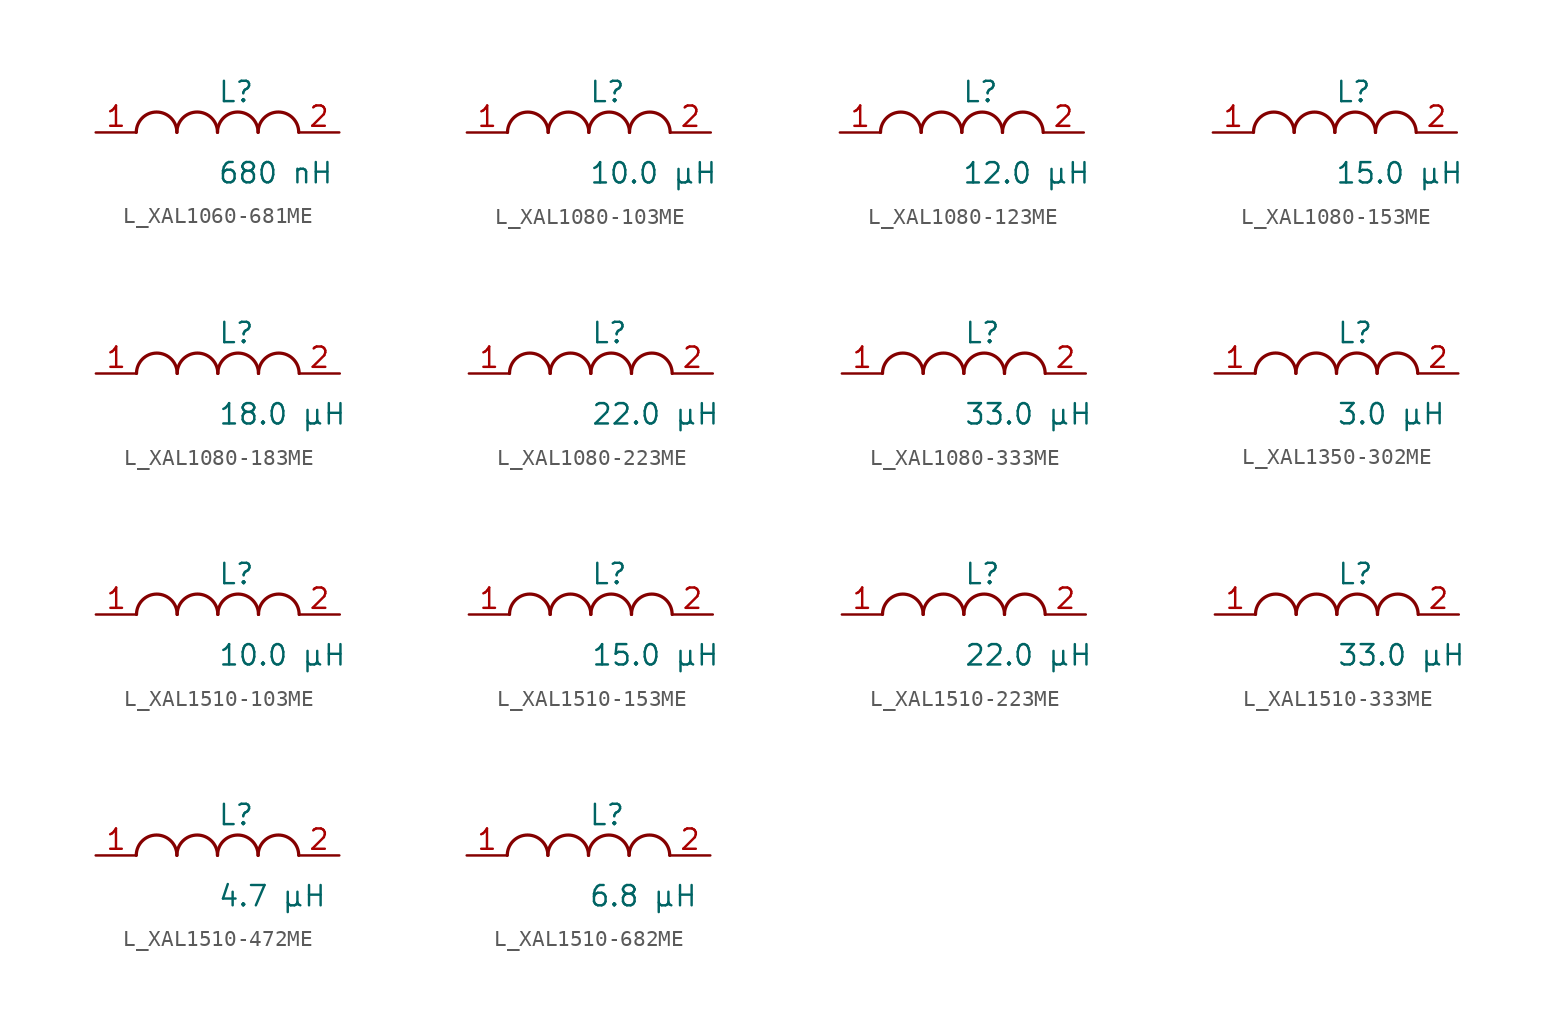
<source format=kicad_sym>
(kicad_symbol_lib
  (version 20231120)
  (generator kicad_symbol_editor)
  (generator_version 8.0)
  (symbol "L_XAL1060-681ME"
    (pin_names
      (offset 0.254))
    (property "Reference" "L"
      (at 0.0 2.54 0)
      (effects (font (size 1.27 1.27)) (justify left)))
    (property "Value" "680 nH"
      (at 0.0 -2.54 0)
      (effects (font (size 1.27 1.27)) (justify left)))
    (symbol "L_XAL1060-681ME_1_1"
      (arc (start -2.54 0.0056) (mid -3.81 1.27) (end -5.08 0.0056) (stroke (width 0.2032) (type default)) (fill (type none)))
      (arc (start 0 0.0056) (mid -1.27 1.27) (end -2.54 0.0056) (stroke (width 0.2032) (type default)) (fill (type none)))
      (arc (start 2.54 0.0056) (mid 1.27 1.27) (end 0 0.0056) (stroke (width 0.2032) (type default)) (fill (type none)))
      (arc (start 5.08 0.0056) (mid 3.81 1.27) (end 2.54 0.0056) (stroke (width 0.2032) (type default)) (fill (type none)))
      (pin unspecified line (at -7.62 0 0) (length 2.54) (name "" (effects (font (size 1.27 1.27)))) (number "1" (effects (font (size 1.27 1.27)))))
      (pin unspecified line (at 7.62 0 180) (length 2.54) (name "" (effects (font (size 1.27 1.27)))) (number "2" (effects (font (size 1.27 1.27)))))))
  (symbol "L_XAL1080-103ME"
    (pin_names
      (offset 0.254))
    (property "Reference" "L"
      (at 0.0 2.54 0)
      (effects (font (size 1.27 1.27)) (justify left)))
    (property "Value" "10.0 µH"
      (at 0.0 -2.54 0)
      (effects (font (size 1.27 1.27)) (justify left)))
    (symbol "L_XAL1080-103ME_1_1"
      (arc (start -2.54 0.0056) (mid -3.81 1.27) (end -5.08 0.0056) (stroke (width 0.2032) (type default)) (fill (type none)))
      (arc (start 0 0.0056) (mid -1.27 1.27) (end -2.54 0.0056) (stroke (width 0.2032) (type default)) (fill (type none)))
      (arc (start 2.54 0.0056) (mid 1.27 1.27) (end 0 0.0056) (stroke (width 0.2032) (type default)) (fill (type none)))
      (arc (start 5.08 0.0056) (mid 3.81 1.27) (end 2.54 0.0056) (stroke (width 0.2032) (type default)) (fill (type none)))
      (pin unspecified line (at -7.62 0 0) (length 2.54) (name "" (effects (font (size 1.27 1.27)))) (number "1" (effects (font (size 1.27 1.27)))))
      (pin unspecified line (at 7.62 0 180) (length 2.54) (name "" (effects (font (size 1.27 1.27)))) (number "2" (effects (font (size 1.27 1.27)))))))
  (symbol "L_XAL1080-123ME"
    (pin_names
      (offset 0.254))
    (property "Reference" "L"
      (at 0.0 2.54 0)
      (effects (font (size 1.27 1.27)) (justify left)))
    (property "Value" "12.0 µH"
      (at 0.0 -2.54 0)
      (effects (font (size 1.27 1.27)) (justify left)))
    (symbol "L_XAL1080-123ME_1_1"
      (arc (start -2.54 0.0056) (mid -3.81 1.27) (end -5.08 0.0056) (stroke (width 0.2032) (type default)) (fill (type none)))
      (arc (start 0 0.0056) (mid -1.27 1.27) (end -2.54 0.0056) (stroke (width 0.2032) (type default)) (fill (type none)))
      (arc (start 2.54 0.0056) (mid 1.27 1.27) (end 0 0.0056) (stroke (width 0.2032) (type default)) (fill (type none)))
      (arc (start 5.08 0.0056) (mid 3.81 1.27) (end 2.54 0.0056) (stroke (width 0.2032) (type default)) (fill (type none)))
      (pin unspecified line (at -7.62 0 0) (length 2.54) (name "" (effects (font (size 1.27 1.27)))) (number "1" (effects (font (size 1.27 1.27)))))
      (pin unspecified line (at 7.62 0 180) (length 2.54) (name "" (effects (font (size 1.27 1.27)))) (number "2" (effects (font (size 1.27 1.27)))))))
  (symbol "L_XAL1080-153ME"
    (pin_names
      (offset 0.254))
    (property "Reference" "L"
      (at 0.0 2.54 0)
      (effects (font (size 1.27 1.27)) (justify left)))
    (property "Value" "15.0 µH"
      (at 0.0 -2.54 0)
      (effects (font (size 1.27 1.27)) (justify left)))
    (symbol "L_XAL1080-153ME_1_1"
      (arc (start -2.54 0.0056) (mid -3.81 1.27) (end -5.08 0.0056) (stroke (width 0.2032) (type default)) (fill (type none)))
      (arc (start 0 0.0056) (mid -1.27 1.27) (end -2.54 0.0056) (stroke (width 0.2032) (type default)) (fill (type none)))
      (arc (start 2.54 0.0056) (mid 1.27 1.27) (end 0 0.0056) (stroke (width 0.2032) (type default)) (fill (type none)))
      (arc (start 5.08 0.0056) (mid 3.81 1.27) (end 2.54 0.0056) (stroke (width 0.2032) (type default)) (fill (type none)))
      (pin unspecified line (at -7.62 0 0) (length 2.54) (name "" (effects (font (size 1.27 1.27)))) (number "1" (effects (font (size 1.27 1.27)))))
      (pin unspecified line (at 7.62 0 180) (length 2.54) (name "" (effects (font (size 1.27 1.27)))) (number "2" (effects (font (size 1.27 1.27)))))))
  (symbol "L_XAL1080-183ME"
    (pin_names
      (offset 0.254))
    (property "Reference" "L"
      (at 0.0 2.54 0)
      (effects (font (size 1.27 1.27)) (justify left)))
    (property "Value" "18.0 µH"
      (at 0.0 -2.54 0)
      (effects (font (size 1.27 1.27)) (justify left)))
    (symbol "L_XAL1080-183ME_1_1"
      (arc (start -2.54 0.0056) (mid -3.81 1.27) (end -5.08 0.0056) (stroke (width 0.2032) (type default)) (fill (type none)))
      (arc (start 0 0.0056) (mid -1.27 1.27) (end -2.54 0.0056) (stroke (width 0.2032) (type default)) (fill (type none)))
      (arc (start 2.54 0.0056) (mid 1.27 1.27) (end 0 0.0056) (stroke (width 0.2032) (type default)) (fill (type none)))
      (arc (start 5.08 0.0056) (mid 3.81 1.27) (end 2.54 0.0056) (stroke (width 0.2032) (type default)) (fill (type none)))
      (pin unspecified line (at -7.62 0 0) (length 2.54) (name "" (effects (font (size 1.27 1.27)))) (number "1" (effects (font (size 1.27 1.27)))))
      (pin unspecified line (at 7.62 0 180) (length 2.54) (name "" (effects (font (size 1.27 1.27)))) (number "2" (effects (font (size 1.27 1.27)))))))
  (symbol "L_XAL1080-223ME"
    (pin_names
      (offset 0.254))
    (property "Reference" "L"
      (at 0.0 2.54 0)
      (effects (font (size 1.27 1.27)) (justify left)))
    (property "Value" "22.0 µH"
      (at 0.0 -2.54 0)
      (effects (font (size 1.27 1.27)) (justify left)))
    (symbol "L_XAL1080-223ME_1_1"
      (arc (start -2.54 0.0056) (mid -3.81 1.27) (end -5.08 0.0056) (stroke (width 0.2032) (type default)) (fill (type none)))
      (arc (start 0 0.0056) (mid -1.27 1.27) (end -2.54 0.0056) (stroke (width 0.2032) (type default)) (fill (type none)))
      (arc (start 2.54 0.0056) (mid 1.27 1.27) (end 0 0.0056) (stroke (width 0.2032) (type default)) (fill (type none)))
      (arc (start 5.08 0.0056) (mid 3.81 1.27) (end 2.54 0.0056) (stroke (width 0.2032) (type default)) (fill (type none)))
      (pin unspecified line (at -7.62 0 0) (length 2.54) (name "" (effects (font (size 1.27 1.27)))) (number "1" (effects (font (size 1.27 1.27)))))
      (pin unspecified line (at 7.62 0 180) (length 2.54) (name "" (effects (font (size 1.27 1.27)))) (number "2" (effects (font (size 1.27 1.27)))))))
  (symbol "L_XAL1080-333ME"
    (pin_names
      (offset 0.254))
    (property "Reference" "L"
      (at 0.0 2.54 0)
      (effects (font (size 1.27 1.27)) (justify left)))
    (property "Value" "33.0 µH"
      (at 0.0 -2.54 0)
      (effects (font (size 1.27 1.27)) (justify left)))
    (symbol "L_XAL1080-333ME_1_1"
      (arc (start -2.54 0.0056) (mid -3.81 1.27) (end -5.08 0.0056) (stroke (width 0.2032) (type default)) (fill (type none)))
      (arc (start 0 0.0056) (mid -1.27 1.27) (end -2.54 0.0056) (stroke (width 0.2032) (type default)) (fill (type none)))
      (arc (start 2.54 0.0056) (mid 1.27 1.27) (end 0 0.0056) (stroke (width 0.2032) (type default)) (fill (type none)))
      (arc (start 5.08 0.0056) (mid 3.81 1.27) (end 2.54 0.0056) (stroke (width 0.2032) (type default)) (fill (type none)))
      (pin unspecified line (at -7.62 0 0) (length 2.54) (name "" (effects (font (size 1.27 1.27)))) (number "1" (effects (font (size 1.27 1.27)))))
      (pin unspecified line (at 7.62 0 180) (length 2.54) (name "" (effects (font (size 1.27 1.27)))) (number "2" (effects (font (size 1.27 1.27)))))))
  (symbol "L_XAL1350-302ME"
    (pin_names
      (offset 0.254))
    (property "Reference" "L"
      (at 0.0 2.54 0)
      (effects (font (size 1.27 1.27)) (justify left)))
    (property "Value" "3.0 µH"
      (at 0.0 -2.54 0)
      (effects (font (size 1.27 1.27)) (justify left)))
    (symbol "L_XAL1350-302ME_1_1"
      (arc (start -2.54 0.0056) (mid -3.81 1.27) (end -5.08 0.0056) (stroke (width 0.2032) (type default)) (fill (type none)))
      (arc (start 0 0.0056) (mid -1.27 1.27) (end -2.54 0.0056) (stroke (width 0.2032) (type default)) (fill (type none)))
      (arc (start 2.54 0.0056) (mid 1.27 1.27) (end 0 0.0056) (stroke (width 0.2032) (type default)) (fill (type none)))
      (arc (start 5.08 0.0056) (mid 3.81 1.27) (end 2.54 0.0056) (stroke (width 0.2032) (type default)) (fill (type none)))
      (pin unspecified line (at -7.62 0 0) (length 2.54) (name "" (effects (font (size 1.27 1.27)))) (number "1" (effects (font (size 1.27 1.27)))))
      (pin unspecified line (at 7.62 0 180) (length 2.54) (name "" (effects (font (size 1.27 1.27)))) (number "2" (effects (font (size 1.27 1.27)))))))
  (symbol "L_XAL1510-103ME"
    (pin_names
      (offset 0.254))
    (property "Reference" "L"
      (at 0.0 2.54 0)
      (effects (font (size 1.27 1.27)) (justify left)))
    (property "Value" "10.0 µH"
      (at 0.0 -2.54 0)
      (effects (font (size 1.27 1.27)) (justify left)))
    (symbol "L_XAL1510-103ME_1_1"
      (arc (start -2.54 0.0056) (mid -3.81 1.27) (end -5.08 0.0056) (stroke (width 0.2032) (type default)) (fill (type none)))
      (arc (start 0 0.0056) (mid -1.27 1.27) (end -2.54 0.0056) (stroke (width 0.2032) (type default)) (fill (type none)))
      (arc (start 2.54 0.0056) (mid 1.27 1.27) (end 0 0.0056) (stroke (width 0.2032) (type default)) (fill (type none)))
      (arc (start 5.08 0.0056) (mid 3.81 1.27) (end 2.54 0.0056) (stroke (width 0.2032) (type default)) (fill (type none)))
      (pin unspecified line (at -7.62 0 0) (length 2.54) (name "" (effects (font (size 1.27 1.27)))) (number "1" (effects (font (size 1.27 1.27)))))
      (pin unspecified line (at 7.62 0 180) (length 2.54) (name "" (effects (font (size 1.27 1.27)))) (number "2" (effects (font (size 1.27 1.27)))))))
  (symbol "L_XAL1510-153ME"
    (pin_names
      (offset 0.254))
    (property "Reference" "L"
      (at 0.0 2.54 0)
      (effects (font (size 1.27 1.27)) (justify left)))
    (property "Value" "15.0 µH"
      (at 0.0 -2.54 0)
      (effects (font (size 1.27 1.27)) (justify left)))
    (symbol "L_XAL1510-153ME_1_1"
      (arc (start -2.54 0.0056) (mid -3.81 1.27) (end -5.08 0.0056) (stroke (width 0.2032) (type default)) (fill (type none)))
      (arc (start 0 0.0056) (mid -1.27 1.27) (end -2.54 0.0056) (stroke (width 0.2032) (type default)) (fill (type none)))
      (arc (start 2.54 0.0056) (mid 1.27 1.27) (end 0 0.0056) (stroke (width 0.2032) (type default)) (fill (type none)))
      (arc (start 5.08 0.0056) (mid 3.81 1.27) (end 2.54 0.0056) (stroke (width 0.2032) (type default)) (fill (type none)))
      (pin unspecified line (at -7.62 0 0) (length 2.54) (name "" (effects (font (size 1.27 1.27)))) (number "1" (effects (font (size 1.27 1.27)))))
      (pin unspecified line (at 7.62 0 180) (length 2.54) (name "" (effects (font (size 1.27 1.27)))) (number "2" (effects (font (size 1.27 1.27)))))))
  (symbol "L_XAL1510-223ME"
    (pin_names
      (offset 0.254))
    (property "Reference" "L"
      (at 0.0 2.54 0)
      (effects (font (size 1.27 1.27)) (justify left)))
    (property "Value" "22.0 µH"
      (at 0.0 -2.54 0)
      (effects (font (size 1.27 1.27)) (justify left)))
    (symbol "L_XAL1510-223ME_1_1"
      (arc (start -2.54 0.0056) (mid -3.81 1.27) (end -5.08 0.0056) (stroke (width 0.2032) (type default)) (fill (type none)))
      (arc (start 0 0.0056) (mid -1.27 1.27) (end -2.54 0.0056) (stroke (width 0.2032) (type default)) (fill (type none)))
      (arc (start 2.54 0.0056) (mid 1.27 1.27) (end 0 0.0056) (stroke (width 0.2032) (type default)) (fill (type none)))
      (arc (start 5.08 0.0056) (mid 3.81 1.27) (end 2.54 0.0056) (stroke (width 0.2032) (type default)) (fill (type none)))
      (pin unspecified line (at -7.62 0 0) (length 2.54) (name "" (effects (font (size 1.27 1.27)))) (number "1" (effects (font (size 1.27 1.27)))))
      (pin unspecified line (at 7.62 0 180) (length 2.54) (name "" (effects (font (size 1.27 1.27)))) (number "2" (effects (font (size 1.27 1.27)))))))
  (symbol "L_XAL1510-333ME"
    (pin_names
      (offset 0.254))
    (property "Reference" "L"
      (at 0.0 2.54 0)
      (effects (font (size 1.27 1.27)) (justify left)))
    (property "Value" "33.0 µH"
      (at 0.0 -2.54 0)
      (effects (font (size 1.27 1.27)) (justify left)))
    (symbol "L_XAL1510-333ME_1_1"
      (arc (start -2.54 0.0056) (mid -3.81 1.27) (end -5.08 0.0056) (stroke (width 0.2032) (type default)) (fill (type none)))
      (arc (start 0 0.0056) (mid -1.27 1.27) (end -2.54 0.0056) (stroke (width 0.2032) (type default)) (fill (type none)))
      (arc (start 2.54 0.0056) (mid 1.27 1.27) (end 0 0.0056) (stroke (width 0.2032) (type default)) (fill (type none)))
      (arc (start 5.08 0.0056) (mid 3.81 1.27) (end 2.54 0.0056) (stroke (width 0.2032) (type default)) (fill (type none)))
      (pin unspecified line (at -7.62 0 0) (length 2.54) (name "" (effects (font (size 1.27 1.27)))) (number "1" (effects (font (size 1.27 1.27)))))
      (pin unspecified line (at 7.62 0 180) (length 2.54) (name "" (effects (font (size 1.27 1.27)))) (number "2" (effects (font (size 1.27 1.27)))))))
  (symbol "L_XAL1510-472ME"
    (pin_names
      (offset 0.254))
    (property "Reference" "L"
      (at 0.0 2.54 0)
      (effects (font (size 1.27 1.27)) (justify left)))
    (property "Value" "4.7 µH"
      (at 0.0 -2.54 0)
      (effects (font (size 1.27 1.27)) (justify left)))
    (symbol "L_XAL1510-472ME_1_1"
      (arc (start -2.54 0.0056) (mid -3.81 1.27) (end -5.08 0.0056) (stroke (width 0.2032) (type default)) (fill (type none)))
      (arc (start 0 0.0056) (mid -1.27 1.27) (end -2.54 0.0056) (stroke (width 0.2032) (type default)) (fill (type none)))
      (arc (start 2.54 0.0056) (mid 1.27 1.27) (end 0 0.0056) (stroke (width 0.2032) (type default)) (fill (type none)))
      (arc (start 5.08 0.0056) (mid 3.81 1.27) (end 2.54 0.0056) (stroke (width 0.2032) (type default)) (fill (type none)))
      (pin unspecified line (at -7.62 0 0) (length 2.54) (name "" (effects (font (size 1.27 1.27)))) (number "1" (effects (font (size 1.27 1.27)))))
      (pin unspecified line (at 7.62 0 180) (length 2.54) (name "" (effects (font (size 1.27 1.27)))) (number "2" (effects (font (size 1.27 1.27)))))))
  (symbol "L_XAL1510-682ME"
    (pin_names
      (offset 0.254))
    (property "Reference" "L"
      (at 0.0 2.54 0)
      (effects (font (size 1.27 1.27)) (justify left)))
    (property "Value" "6.8 µH"
      (at 0.0 -2.54 0)
      (effects (font (size 1.27 1.27)) (justify left)))
    (symbol "L_XAL1510-682ME_1_1"
      (arc (start -2.54 0.0056) (mid -3.81 1.27) (end -5.08 0.0056) (stroke (width 0.2032) (type default)) (fill (type none)))
      (arc (start 0 0.0056) (mid -1.27 1.27) (end -2.54 0.0056) (stroke (width 0.2032) (type default)) (fill (type none)))
      (arc (start 2.54 0.0056) (mid 1.27 1.27) (end 0 0.0056) (stroke (width 0.2032) (type default)) (fill (type none)))
      (arc (start 5.08 0.0056) (mid 3.81 1.27) (end 2.54 0.0056) (stroke (width 0.2032) (type default)) (fill (type none)))
      (pin unspecified line (at -7.62 0 0) (length 2.54) (name "" (effects (font (size 1.27 1.27)))) (number "1" (effects (font (size 1.27 1.27)))))
      (pin unspecified line (at 7.62 0 180) (length 2.54) (name "" (effects (font (size 1.27 1.27)))) (number "2" (effects (font (size 1.27 1.27))))))))
</source>
